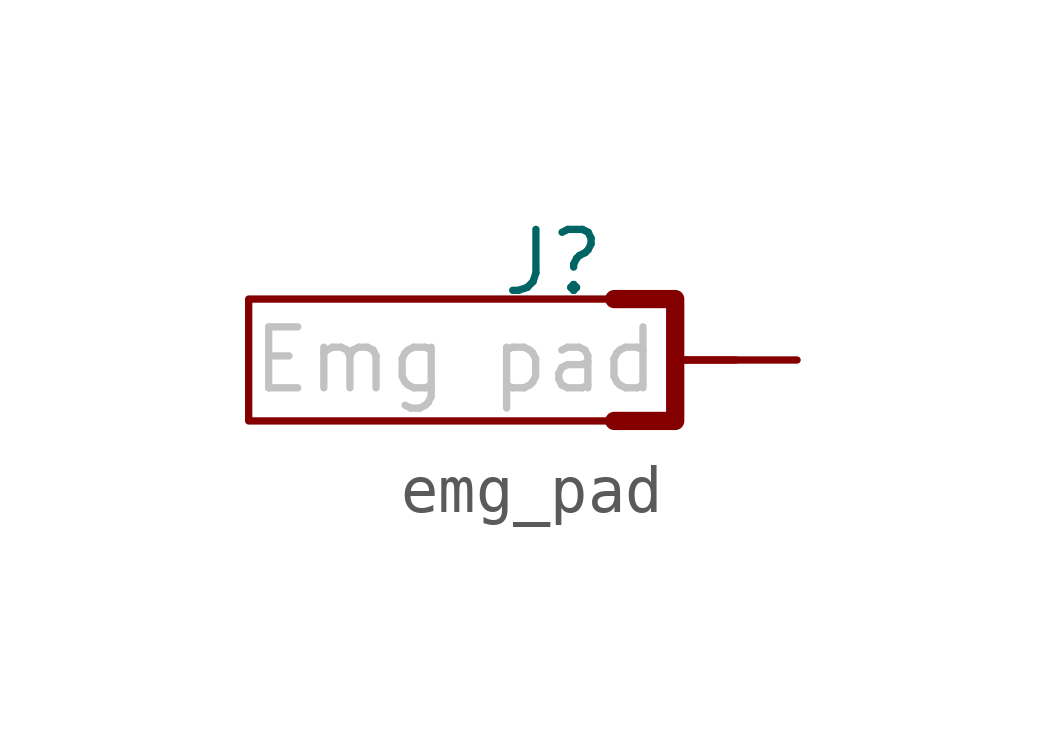
<source format=kicad_sym>
(kicad_symbol_lib
  (version 20241209)
  (generator "kicad_symbol_editor")
  (generator_version "9.0")
  (symbol "emg_pad"
    (pin_numbers
      (hide yes))
    (pin_names
      (hide yes))
    (property "Reference" "J"
      (at 0 2.032 0)
      (effects (font (size 1.27 1.27))))
    (property "Value" ""
      (at 0 0 0)
      (effects (font (size 1.27 1.27))))
    (symbol "emg_pad_0_1"
      (polyline (pts (xy 1.27 -1.27) (xy -6.35 -1.27) (xy -6.35 1.27) (xy 1.27 1.27)) (stroke (width 0) (type default)) (fill (type none))))
    (symbol "emg_pad_1_1"
      (polyline (pts (xy 1.27 1.27) (xy 2.54 1.27) (xy 2.54 -1.27) (xy 1.27 -1.27)) (stroke (width 0.381) (type solid)) (fill (type none)))
      (polyline (pts (xy 2.54 0) (xy 3.81 0)) (stroke (width 0) (type default)) (fill (type none)))
      (text "Emg pad" (at -2.032 0 0) (effects (font (size 1.27 1.27) (color 194 194 194 1))))
      (pin output line (at 5.08 0 180) (length 2.54) (name "" (effects (font (size 1.27 1.27)))) (number "1" (effects (font (size 1.27 1.27))))))))
</source>
